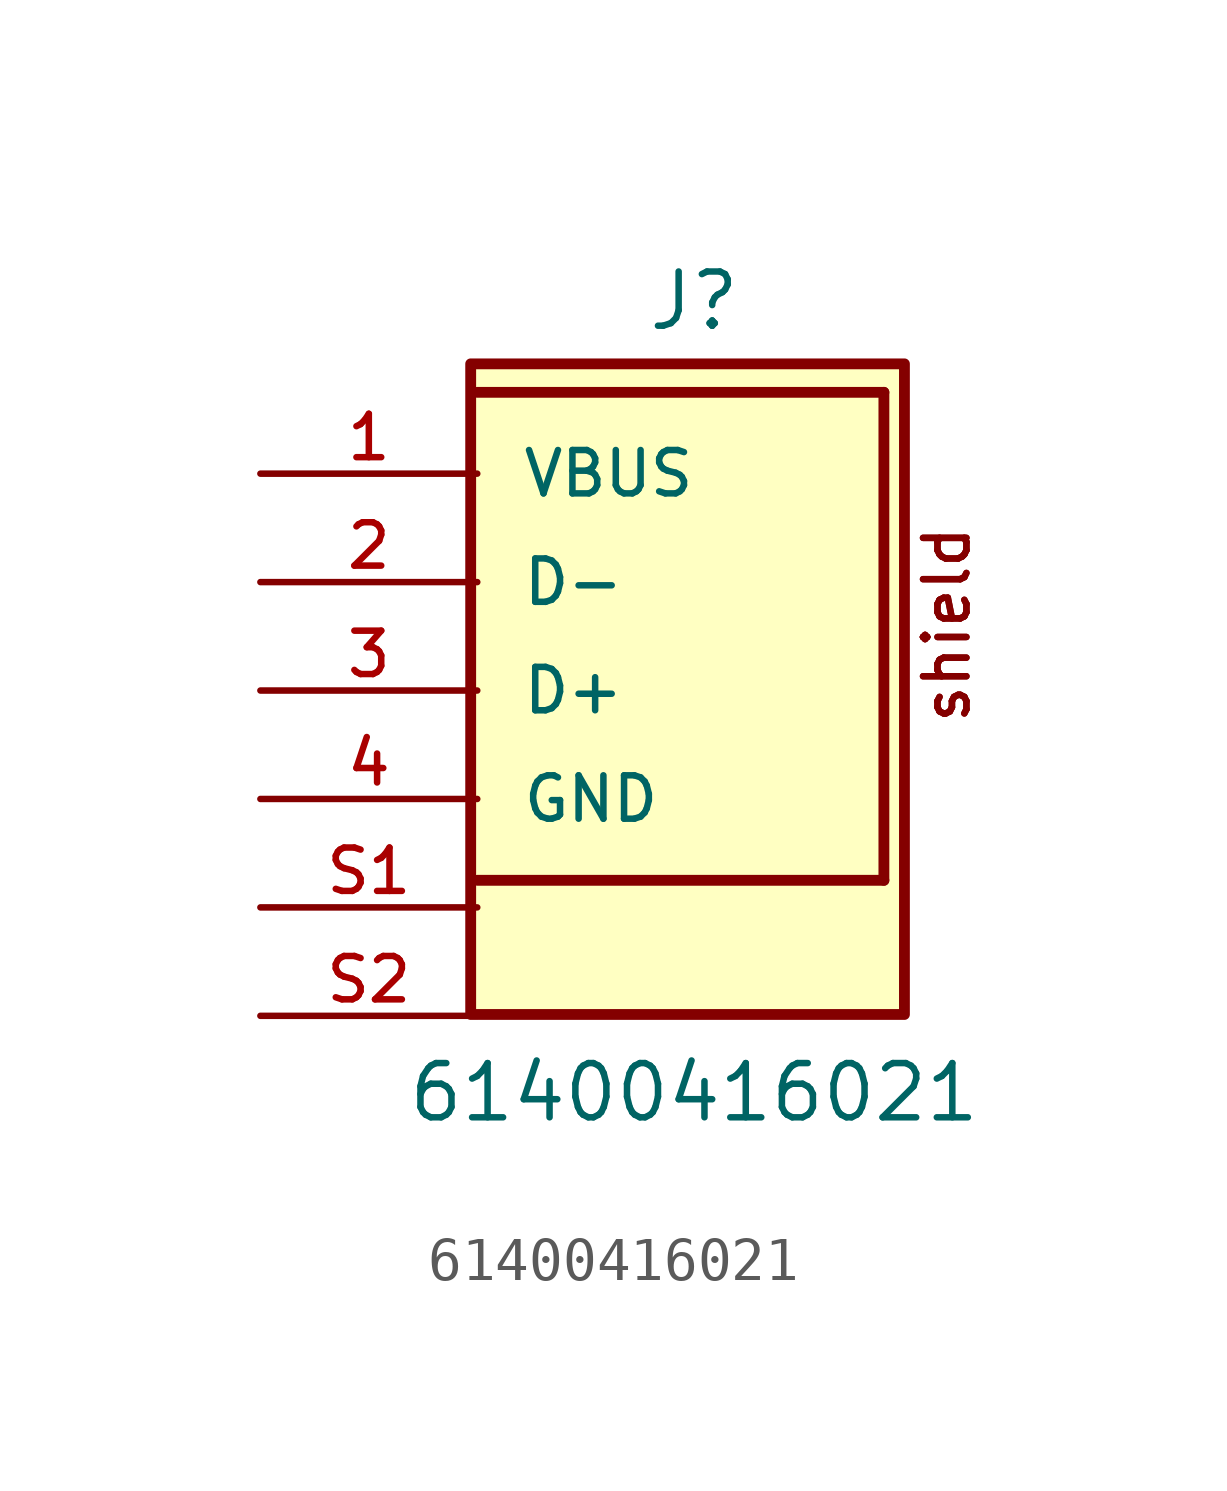
<source format=kicad_sym>
(kicad_symbol_lib
  (version 20211014)
  (generator kicad_symbol_editor)
  (symbol "61400416021"
    (pin_names
      (offset 1.016))
    (property "Reference" "J"
      (at 0.0 5.842 0)
      (effects (font (size 1.27 1.27)) (justify bottom)))
    (property "Value" "61400416021"
      (at 0.0 -12.7 0)
      (effects (font (size 1.27 1.27)) (justify bottom)))
    (symbol "61400416021_0_0"
      (text "shield" (at 6.51 -3.37 900) (effects (font (size 1.016 1.016)) (justify bottom left)))
      (text "shield" (at 6.51 -3.37 900) (effects (font (size 1.016 1.016)) (justify bottom left)))
      (polyline (pts (xy -5.08 4.445) (xy 4.445 4.445)) (stroke (width 0.254)))
      (polyline (pts (xy 4.445 -6.985) (xy -5.08 -6.985)) (stroke (width 0.254)))
      (polyline (pts (xy 4.445 4.445) (xy 4.445 -6.985)) (stroke (width 0.254)))
      (rectangle (start -5.234 -10.128) (end 4.926 5.112) (stroke (width 0.254)) (fill (type background)))
      (pin passive line (at -10.16 -5.08 0) (length 5.08) (name "GND" (effects (font (size 1.016 1.016)))) (number "4" (effects (font (size 1.016 1.016)))))
      (pin passive line (at -10.16 -2.54 0) (length 5.08) (name "D+" (effects (font (size 1.016 1.016)))) (number "3" (effects (font (size 1.016 1.016)))))
      (pin passive line (at -10.16 0.0 0) (length 5.08) (name "D-" (effects (font (size 1.016 1.016)))) (number "2" (effects (font (size 1.016 1.016)))))
      (pin passive line (at -10.16 2.54 0) (length 5.08) (name "VBUS" (effects (font (size 1.016 1.016)))) (number "1" (effects (font (size 1.016 1.016)))))
      (pin passive line (at -10.16 -7.62 0) (length 5.08) (name "~" (effects (font (size 1.016 1.016)))) (number "S1" (effects (font (size 1.016 1.016)))))
      (pin passive line (at -10.16 -10.16 0) (length 5.08) (name "~" (effects (font (size 1.016 1.016)))) (number "S2" (effects (font (size 1.016 1.016))))))))
</source>
